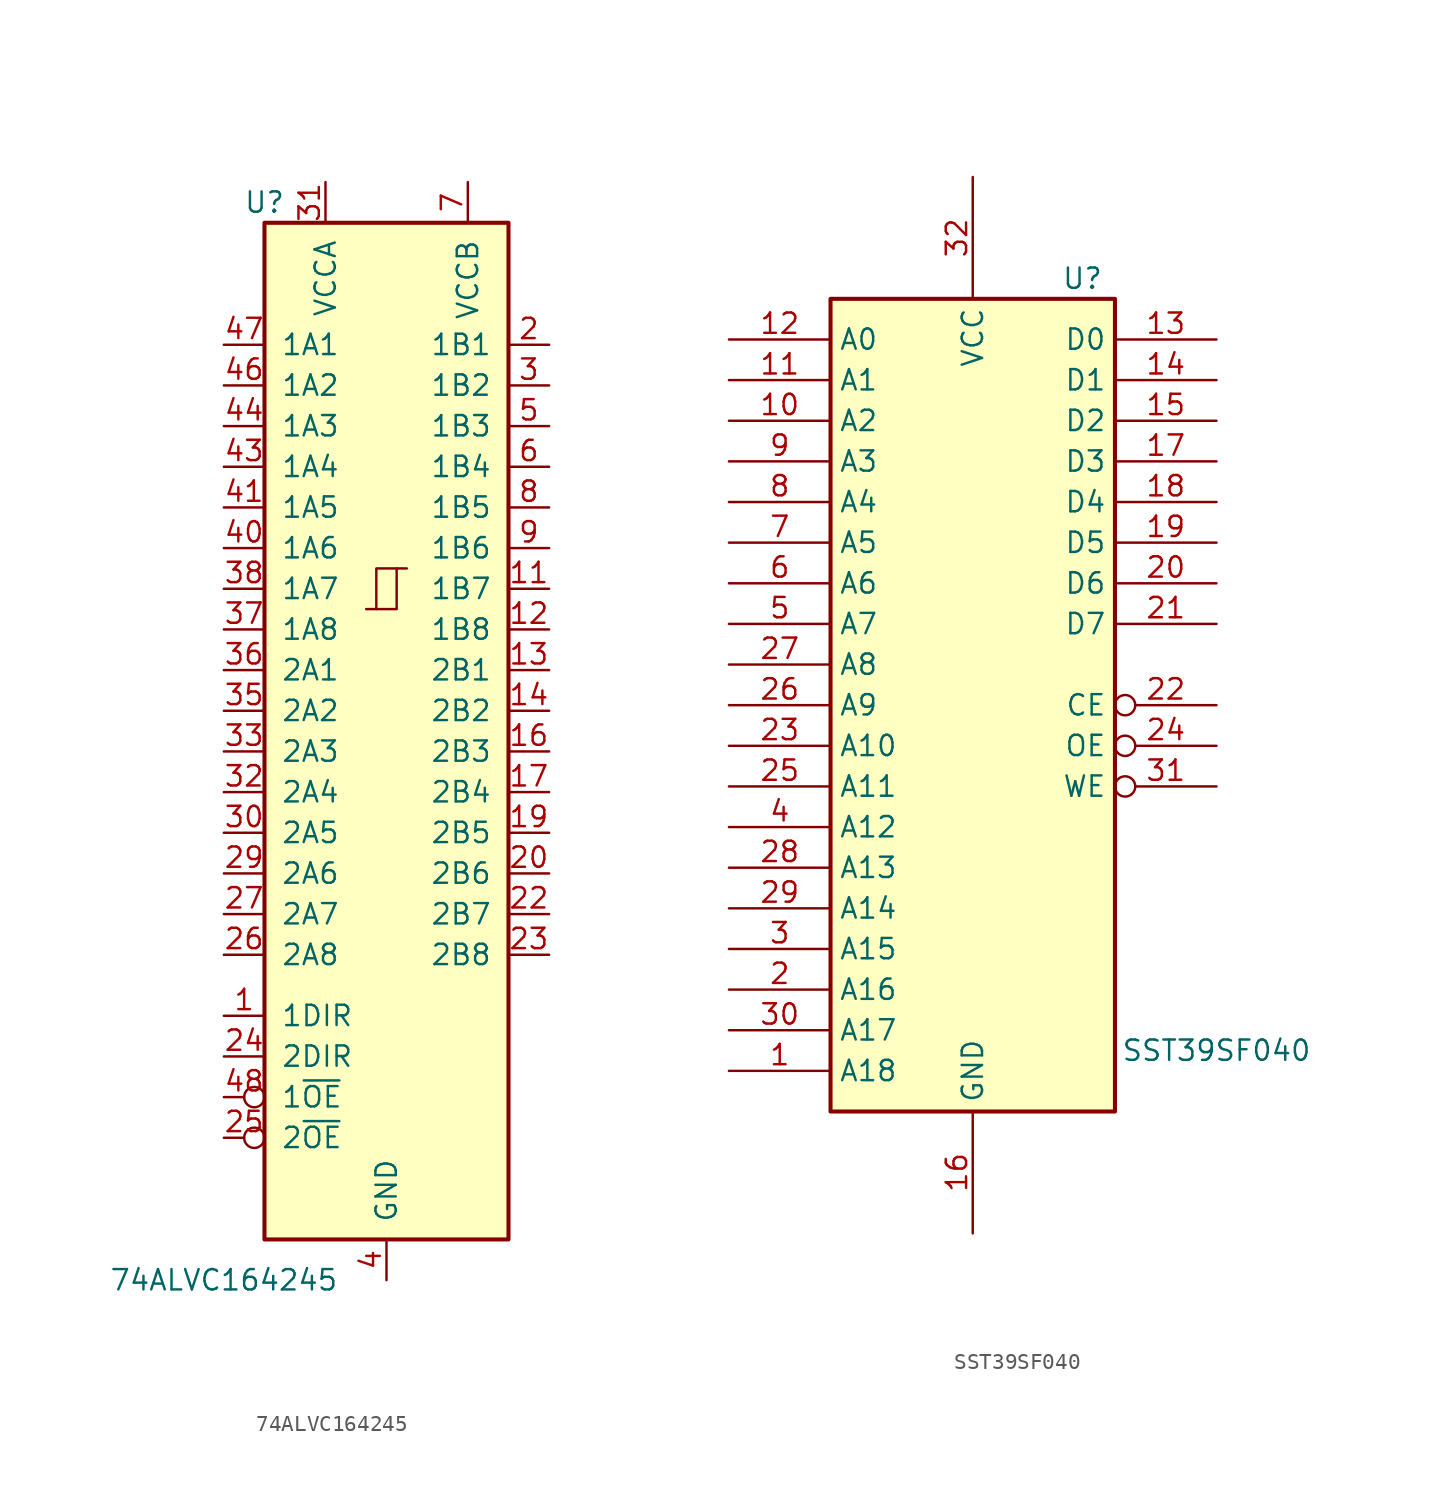
<source format=kicad_sym>
(kicad_symbol_lib
  (version 20220914)
  (generator kicad_symbol_editor)
  (symbol "74ALVC164245"
    (pin_names
      (offset 1.016))
    (property "Reference" "U"
      (at -7.62 29.21 0)
      (effects (font (size 1.27 1.27))))
    (property "Value" "74ALVC164245"
      (at -10.16 -38.1 0)
      (effects (font (size 1.27 1.27))))
    (symbol "74ALVC164245_1_0"
      (polyline (pts (xy -0.635 3.81) (xy -0.635 6.35) (xy 0.635 6.35)) (stroke (width 0) (type default)) (fill (type none)))
      (polyline (pts (xy -1.27 3.81) (xy 0.635 3.81) (xy 0.635 6.35) (xy 1.27 6.35)) (stroke (width 0) (type default)) (fill (type none)))
      (pin input line (at -10.16 -21.59 0) (length 2.54) (name "1DIR" (effects (font (size 1.27 1.27)))) (number "1" (effects (font (size 1.27 1.27)))))
      (pin power_in line (at 0 -38.1 90) (length 2.54) hide (name "GND" (effects (font (size 1.27 1.27)))) (number "10" (effects (font (size 1.27 1.27)))))
      (pin tri_state line (at 10.16 5.08 180) (length 2.54) (name "1B7" (effects (font (size 1.27 1.27)))) (number "11" (effects (font (size 1.27 1.27)))))
      (pin tri_state line (at 10.16 2.54 180) (length 2.54) (name "1B8" (effects (font (size 1.27 1.27)))) (number "12" (effects (font (size 1.27 1.27)))))
      (pin tri_state line (at 10.16 0 180) (length 2.54) (name "2B1" (effects (font (size 1.27 1.27)))) (number "13" (effects (font (size 1.27 1.27)))))
      (pin tri_state line (at 10.16 -2.54 180) (length 2.54) (name "2B2" (effects (font (size 1.27 1.27)))) (number "14" (effects (font (size 1.27 1.27)))))
      (pin power_in line (at 0 -38.1 90) (length 2.54) hide (name "GND" (effects (font (size 1.27 1.27)))) (number "15" (effects (font (size 1.27 1.27)))))
      (pin tri_state line (at 10.16 -5.08 180) (length 2.54) (name "2B3" (effects (font (size 1.27 1.27)))) (number "16" (effects (font (size 1.27 1.27)))))
      (pin tri_state line (at 10.16 -7.62 180) (length 2.54) (name "2B4" (effects (font (size 1.27 1.27)))) (number "17" (effects (font (size 1.27 1.27)))))
      (pin power_in line (at 5.08 30.48 270) (length 2.54) hide (name "VCCB" (effects (font (size 1.27 1.27)))) (number "18" (effects (font (size 1.27 1.27)))))
      (pin tri_state line (at 10.16 -10.16 180) (length 2.54) (name "2B5" (effects (font (size 1.27 1.27)))) (number "19" (effects (font (size 1.27 1.27)))))
      (pin tri_state line (at 10.16 20.32 180) (length 2.54) (name "1B1" (effects (font (size 1.27 1.27)))) (number "2" (effects (font (size 1.27 1.27)))))
      (pin tri_state line (at 10.16 -12.7 180) (length 2.54) (name "2B6" (effects (font (size 1.27 1.27)))) (number "20" (effects (font (size 1.27 1.27)))))
      (pin power_in line (at 0 -38.1 90) (length 2.54) hide (name "GND" (effects (font (size 1.27 1.27)))) (number "21" (effects (font (size 1.27 1.27)))))
      (pin tri_state line (at 10.16 -15.24 180) (length 2.54) (name "2B7" (effects (font (size 1.27 1.27)))) (number "22" (effects (font (size 1.27 1.27)))))
      (pin tri_state line (at 10.16 -17.78 180) (length 2.54) (name "2B8" (effects (font (size 1.27 1.27)))) (number "23" (effects (font (size 1.27 1.27)))))
      (pin input line (at -10.16 -24.13 0) (length 2.54) (name "2DIR" (effects (font (size 1.27 1.27)))) (number "24" (effects (font (size 1.27 1.27)))))
      (pin input inverted (at -10.16 -29.21 0) (length 2.54) (name "2~{OE}" (effects (font (size 1.27 1.27)))) (number "25" (effects (font (size 1.27 1.27)))))
      (pin tri_state line (at -10.16 -17.78 0) (length 2.54) (name "2A8" (effects (font (size 1.27 1.27)))) (number "26" (effects (font (size 1.27 1.27)))))
      (pin tri_state line (at -10.16 -15.24 0) (length 2.54) (name "2A7" (effects (font (size 1.27 1.27)))) (number "27" (effects (font (size 1.27 1.27)))))
      (pin power_in line (at 0 -38.1 90) (length 2.54) hide (name "GND" (effects (font (size 1.27 1.27)))) (number "28" (effects (font (size 1.27 1.27)))))
      (pin tri_state line (at -10.16 -12.7 0) (length 2.54) (name "2A6" (effects (font (size 1.27 1.27)))) (number "29" (effects (font (size 1.27 1.27)))))
      (pin tri_state line (at 10.16 17.78 180) (length 2.54) (name "1B2" (effects (font (size 1.27 1.27)))) (number "3" (effects (font (size 1.27 1.27)))))
      (pin tri_state line (at -10.16 -10.16 0) (length 2.54) (name "2A5" (effects (font (size 1.27 1.27)))) (number "30" (effects (font (size 1.27 1.27)))))
      (pin power_in line (at -3.81 30.48 270) (length 2.54) (name "VCCA" (effects (font (size 1.27 1.27)))) (number "31" (effects (font (size 1.27 1.27)))))
      (pin tri_state line (at -10.16 -7.62 0) (length 2.54) (name "2A4" (effects (font (size 1.27 1.27)))) (number "32" (effects (font (size 1.27 1.27)))))
      (pin tri_state line (at -10.16 -5.08 0) (length 2.54) (name "2A3" (effects (font (size 1.27 1.27)))) (number "33" (effects (font (size 1.27 1.27)))))
      (pin power_in line (at 0 -38.1 90) (length 2.54) hide (name "GND" (effects (font (size 1.27 1.27)))) (number "34" (effects (font (size 1.27 1.27)))))
      (pin tri_state line (at -10.16 -2.54 0) (length 2.54) (name "2A2" (effects (font (size 1.27 1.27)))) (number "35" (effects (font (size 1.27 1.27)))))
      (pin tri_state line (at -10.16 0 0) (length 2.54) (name "2A1" (effects (font (size 1.27 1.27)))) (number "36" (effects (font (size 1.27 1.27)))))
      (pin tri_state line (at -10.16 2.54 0) (length 2.54) (name "1A8" (effects (font (size 1.27 1.27)))) (number "37" (effects (font (size 1.27 1.27)))))
      (pin tri_state line (at -10.16 5.08 0) (length 2.54) (name "1A7" (effects (font (size 1.27 1.27)))) (number "38" (effects (font (size 1.27 1.27)))))
      (pin power_in line (at 0 -38.1 90) (length 2.54) hide (name "GND" (effects (font (size 1.27 1.27)))) (number "39" (effects (font (size 1.27 1.27)))))
      (pin power_in line (at 0 -38.1 90) (length 2.54) (name "GND" (effects (font (size 1.27 1.27)))) (number "4" (effects (font (size 1.27 1.27)))))
      (pin tri_state line (at -10.16 7.62 0) (length 2.54) (name "1A6" (effects (font (size 1.27 1.27)))) (number "40" (effects (font (size 1.27 1.27)))))
      (pin tri_state line (at -10.16 10.16 0) (length 2.54) (name "1A5" (effects (font (size 1.27 1.27)))) (number "41" (effects (font (size 1.27 1.27)))))
      (pin power_in line (at -3.81 30.48 270) (length 2.54) hide (name "VCCA" (effects (font (size 1.27 1.27)))) (number "42" (effects (font (size 1.27 1.27)))))
      (pin tri_state line (at -10.16 12.7 0) (length 2.54) (name "1A4" (effects (font (size 1.27 1.27)))) (number "43" (effects (font (size 1.27 1.27)))))
      (pin tri_state line (at -10.16 15.24 0) (length 2.54) (name "1A3" (effects (font (size 1.27 1.27)))) (number "44" (effects (font (size 1.27 1.27)))))
      (pin power_in line (at 0 -38.1 90) (length 2.54) hide (name "GND" (effects (font (size 1.27 1.27)))) (number "45" (effects (font (size 1.27 1.27)))))
      (pin tri_state line (at -10.16 17.78 0) (length 2.54) (name "1A2" (effects (font (size 1.27 1.27)))) (number "46" (effects (font (size 1.27 1.27)))))
      (pin tri_state line (at -10.16 20.32 0) (length 2.54) (name "1A1" (effects (font (size 1.27 1.27)))) (number "47" (effects (font (size 1.27 1.27)))))
      (pin input inverted (at -10.16 -26.67 0) (length 2.54) (name "1~{OE}" (effects (font (size 1.27 1.27)))) (number "48" (effects (font (size 1.27 1.27)))))
      (pin tri_state line (at 10.16 15.24 180) (length 2.54) (name "1B3" (effects (font (size 1.27 1.27)))) (number "5" (effects (font (size 1.27 1.27)))))
      (pin tri_state line (at 10.16 12.7 180) (length 2.54) (name "1B4" (effects (font (size 1.27 1.27)))) (number "6" (effects (font (size 1.27 1.27)))))
      (pin power_in line (at 5.08 30.48 270) (length 2.54) (name "VCCB" (effects (font (size 1.27 1.27)))) (number "7" (effects (font (size 1.27 1.27)))))
      (pin tri_state line (at 10.16 10.16 180) (length 2.54) (name "1B5" (effects (font (size 1.27 1.27)))) (number "8" (effects (font (size 1.27 1.27)))))
      (pin tri_state line (at 10.16 7.62 180) (length 2.54) (name "1B6" (effects (font (size 1.27 1.27)))) (number "9" (effects (font (size 1.27 1.27))))))
    (symbol "74ALVC164245_1_1"
      (rectangle (start -7.62 27.94) (end 7.62 -35.56) (stroke (width 0.254) (type default)) (fill (type background)))))
  (symbol "SST39SF040"
    (property "Reference" "U"
      (at 6.858 24.13 0)
      (effects (font (size 1.27 1.27))))
    (property "Value" "SST39SF040"
      (at 15.24 -24.13 0)
      (effects (font (size 1.27 1.27))))
    (symbol "SST39SF040_0_1"
      (rectangle (start -8.89 22.86) (end 8.89 -27.94) (stroke (width 0.254) (type default)) (fill (type background))))
    (symbol "SST39SF040_1_1"
      (pin input line (at -15.24 -25.4 0) (length 6.35) (name "A18" (effects (font (size 1.27 1.27)))) (number "1" (effects (font (size 1.27 1.27)))))
      (pin input line (at -15.24 15.24 0) (length 6.35) (name "A2" (effects (font (size 1.27 1.27)))) (number "10" (effects (font (size 1.27 1.27)))))
      (pin input line (at -15.24 17.78 0) (length 6.35) (name "A1" (effects (font (size 1.27 1.27)))) (number "11" (effects (font (size 1.27 1.27)))))
      (pin input line (at -15.24 20.32 0) (length 6.35) (name "A0" (effects (font (size 1.27 1.27)))) (number "12" (effects (font (size 1.27 1.27)))))
      (pin tri_state line (at 15.24 20.32 180) (length 6.35) (name "D0" (effects (font (size 1.27 1.27)))) (number "13" (effects (font (size 1.27 1.27)))))
      (pin tri_state line (at 15.24 17.78 180) (length 6.35) (name "D1" (effects (font (size 1.27 1.27)))) (number "14" (effects (font (size 1.27 1.27)))))
      (pin tri_state line (at 15.24 15.24 180) (length 6.35) (name "D2" (effects (font (size 1.27 1.27)))) (number "15" (effects (font (size 1.27 1.27)))))
      (pin power_in line (at 0 -35.56 90) (length 7.62) (name "GND" (effects (font (size 1.27 1.27)))) (number "16" (effects (font (size 1.27 1.27)))))
      (pin tri_state line (at 15.24 12.7 180) (length 6.35) (name "D3" (effects (font (size 1.27 1.27)))) (number "17" (effects (font (size 1.27 1.27)))))
      (pin tri_state line (at 15.24 10.16 180) (length 6.35) (name "D4" (effects (font (size 1.27 1.27)))) (number "18" (effects (font (size 1.27 1.27)))))
      (pin tri_state line (at 15.24 7.62 180) (length 6.35) (name "D5" (effects (font (size 1.27 1.27)))) (number "19" (effects (font (size 1.27 1.27)))))
      (pin input line (at -15.24 -20.32 0) (length 6.35) (name "A16" (effects (font (size 1.27 1.27)))) (number "2" (effects (font (size 1.27 1.27)))))
      (pin tri_state line (at 15.24 5.08 180) (length 6.35) (name "D6" (effects (font (size 1.27 1.27)))) (number "20" (effects (font (size 1.27 1.27)))))
      (pin tri_state line (at 15.24 2.54 180) (length 6.35) (name "D7" (effects (font (size 1.27 1.27)))) (number "21" (effects (font (size 1.27 1.27)))))
      (pin input inverted (at 15.24 -2.54 180) (length 6.35) (name "CE" (effects (font (size 1.27 1.27)))) (number "22" (effects (font (size 1.27 1.27)))))
      (pin input line (at -15.24 -5.08 0) (length 6.35) (name "A10" (effects (font (size 1.27 1.27)))) (number "23" (effects (font (size 1.27 1.27)))))
      (pin input inverted (at 15.24 -5.08 180) (length 6.35) (name "OE" (effects (font (size 1.27 1.27)))) (number "24" (effects (font (size 1.27 1.27)))))
      (pin input line (at -15.24 -7.62 0) (length 6.35) (name "A11" (effects (font (size 1.27 1.27)))) (number "25" (effects (font (size 1.27 1.27)))))
      (pin input line (at -15.24 -2.54 0) (length 6.35) (name "A9" (effects (font (size 1.27 1.27)))) (number "26" (effects (font (size 1.27 1.27)))))
      (pin input line (at -15.24 0 0) (length 6.35) (name "A8" (effects (font (size 1.27 1.27)))) (number "27" (effects (font (size 1.27 1.27)))))
      (pin input line (at -15.24 -12.7 0) (length 6.35) (name "A13" (effects (font (size 1.27 1.27)))) (number "28" (effects (font (size 1.27 1.27)))))
      (pin input line (at -15.24 -15.24 0) (length 6.35) (name "A14" (effects (font (size 1.27 1.27)))) (number "29" (effects (font (size 1.27 1.27)))))
      (pin input line (at -15.24 -17.78 0) (length 6.35) (name "A15" (effects (font (size 1.27 1.27)))) (number "3" (effects (font (size 1.27 1.27)))))
      (pin input line (at -15.24 -22.86 0) (length 6.35) (name "A17" (effects (font (size 1.27 1.27)))) (number "30" (effects (font (size 1.27 1.27)))))
      (pin input inverted (at 15.24 -7.62 180) (length 6.35) (name "WE" (effects (font (size 1.27 1.27)))) (number "31" (effects (font (size 1.27 1.27)))))
      (pin power_in line (at 0 30.48 270) (length 7.62) (name "VCC" (effects (font (size 1.27 1.27)))) (number "32" (effects (font (size 1.27 1.27)))))
      (pin input line (at -15.24 -10.16 0) (length 6.35) (name "A12" (effects (font (size 1.27 1.27)))) (number "4" (effects (font (size 1.27 1.27)))))
      (pin input line (at -15.24 2.54 0) (length 6.35) (name "A7" (effects (font (size 1.27 1.27)))) (number "5" (effects (font (size 1.27 1.27)))))
      (pin input line (at -15.24 5.08 0) (length 6.35) (name "A6" (effects (font (size 1.27 1.27)))) (number "6" (effects (font (size 1.27 1.27)))))
      (pin input line (at -15.24 7.62 0) (length 6.35) (name "A5" (effects (font (size 1.27 1.27)))) (number "7" (effects (font (size 1.27 1.27)))))
      (pin input line (at -15.24 10.16 0) (length 6.35) (name "A4" (effects (font (size 1.27 1.27)))) (number "8" (effects (font (size 1.27 1.27)))))
      (pin input line (at -15.24 12.7 0) (length 6.35) (name "A3" (effects (font (size 1.27 1.27)))) (number "9" (effects (font (size 1.27 1.27))))))))
</source>
